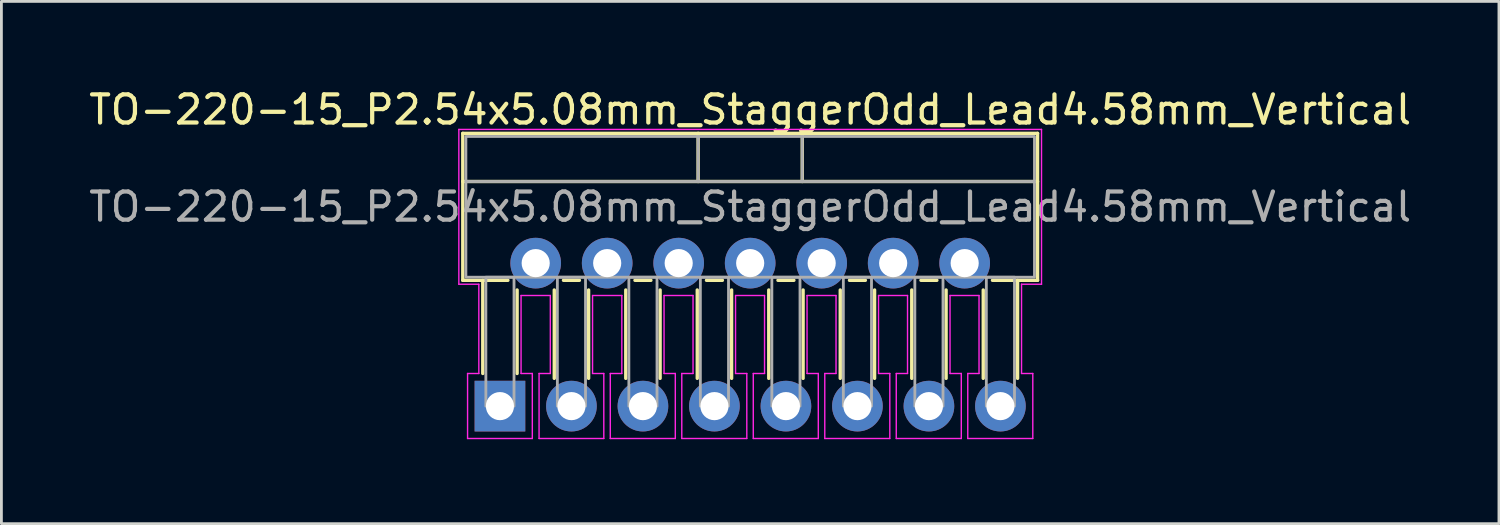
<source format=kicad_pcb>
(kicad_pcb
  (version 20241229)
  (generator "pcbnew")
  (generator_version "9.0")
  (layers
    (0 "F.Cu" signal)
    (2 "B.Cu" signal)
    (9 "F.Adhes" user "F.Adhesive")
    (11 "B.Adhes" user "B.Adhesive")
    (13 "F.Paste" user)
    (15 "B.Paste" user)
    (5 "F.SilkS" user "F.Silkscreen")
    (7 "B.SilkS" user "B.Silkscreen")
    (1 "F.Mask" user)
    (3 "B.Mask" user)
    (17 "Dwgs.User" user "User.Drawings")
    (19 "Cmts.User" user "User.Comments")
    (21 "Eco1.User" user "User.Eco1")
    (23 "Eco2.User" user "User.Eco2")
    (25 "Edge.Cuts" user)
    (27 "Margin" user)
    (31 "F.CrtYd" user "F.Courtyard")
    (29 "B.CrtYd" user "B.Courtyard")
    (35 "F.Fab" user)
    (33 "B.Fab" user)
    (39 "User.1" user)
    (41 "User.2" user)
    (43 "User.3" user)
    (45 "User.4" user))
  (footprint "TO-220-15_P2.54x5.08mm_StaggerOdd_Lead4.58mm_Vertical"
    (layer "F.Cu")
    (at 14.711 11.378)
    (property "Reference" "TO-220-15_P2.54x5.08mm_StaggerOdd_Lead4.58mm_Vertical" (at 8.89 -10.53 0) (layer "F.SilkS") (effects (font (size 1 1) (thickness 0.15))))
    (attr through_hole)
    (fp_line (start -1.32 -9.69) (end -1.32 -4.47) (stroke (width 0.12) (type solid)) (layer "F.SilkS"))
    (fp_line (start -1.32 -9.69) (end 19.1 -9.69) (stroke (width 0.12) (type solid)) (layer "F.SilkS"))
    (fp_line (start -1.32 -7.98) (end 19.1 -7.98) (stroke (width 0.12) (type solid)) (layer "F.SilkS"))
    (fp_line (start -1.32 -4.47) (end 0.283 -4.47) (stroke (width 0.12) (type solid)) (layer "F.SilkS"))
    (fp_line (start -0.61 -4.47) (end -0.61 -1.16) (stroke (width 0.12) (type solid)) (layer "F.SilkS"))
    (fp_line (start 0.61 -4.126) (end 0.61 -1.16) (stroke (width 0.12) (type solid)) (layer "F.SilkS"))
    (fp_line (start 1.93 -4.126) (end 1.93 -0.987) (stroke (width 0.12) (type solid)) (layer "F.SilkS"))
    (fp_line (start 2.257 -4.47) (end 2.823 -4.47) (stroke (width 0.12) (type solid)) (layer "F.SilkS"))
    (fp_line (start 3.15 -4.126) (end 3.15 -0.987) (stroke (width 0.12) (type solid)) (layer "F.SilkS"))
    (fp_line (start 4.47 -4.126) (end 4.47 -0.987) (stroke (width 0.12) (type solid)) (layer "F.SilkS"))
    (fp_line (start 4.797 -4.47) (end 5.363 -4.47) (stroke (width 0.12) (type solid)) (layer "F.SilkS"))
    (fp_line (start 5.69 -4.126) (end 5.69 -0.987) (stroke (width 0.12) (type solid)) (layer "F.SilkS"))
    (fp_line (start 7.01 -4.126) (end 7.01 -0.987) (stroke (width 0.12) (type solid)) (layer "F.SilkS"))
    (fp_line (start 7.04 -9.69) (end 7.04 -7.98) (stroke (width 0.12) (type solid)) (layer "F.SilkS"))
    (fp_line (start 7.337 -4.47) (end 7.903 -4.47) (stroke (width 0.12) (type solid)) (layer "F.SilkS"))
    (fp_line (start 8.23 -4.126) (end 8.23 -0.987) (stroke (width 0.12) (type solid)) (layer "F.SilkS"))
    (fp_line (start 9.55 -4.126) (end 9.55 -0.987) (stroke (width 0.12) (type solid)) (layer "F.SilkS"))
    (fp_line (start 9.877 -4.47) (end 10.443 -4.47) (stroke (width 0.12) (type solid)) (layer "F.SilkS"))
    (fp_line (start 10.74 -9.69) (end 10.74 -7.98) (stroke (width 0.12) (type solid)) (layer "F.SilkS"))
    (fp_line (start 10.77 -4.126) (end 10.77 -0.987) (stroke (width 0.12) (type solid)) (layer "F.SilkS"))
    (fp_line (start 12.09 -4.126) (end 12.09 -0.987) (stroke (width 0.12) (type solid)) (layer "F.SilkS"))
    (fp_line (start 12.417 -4.47) (end 12.983 -4.47) (stroke (width 0.12) (type solid)) (layer "F.SilkS"))
    (fp_line (start 13.31 -4.126) (end 13.31 -0.987) (stroke (width 0.12) (type solid)) (layer "F.SilkS"))
    (fp_line (start 14.63 -4.126) (end 14.63 -0.987) (stroke (width 0.12) (type solid)) (layer "F.SilkS"))
    (fp_line (start 14.957 -4.47) (end 15.523 -4.47) (stroke (width 0.12) (type solid)) (layer "F.SilkS"))
    (fp_line (start 15.85 -4.126) (end 15.85 -0.987) (stroke (width 0.12) (type solid)) (layer "F.SilkS"))
    (fp_line (start 17.17 -4.126) (end 17.17 -0.987) (stroke (width 0.12) (type solid)) (layer "F.SilkS"))
    (fp_line (start 17.497 -4.47) (end 19.1 -4.47) (stroke (width 0.12) (type solid)) (layer "F.SilkS"))
    (fp_line (start 18.39 -4.47) (end 18.39 -0.987) (stroke (width 0.12) (type solid)) (layer "F.SilkS"))
    (fp_line (start 19.1 -9.69) (end 19.1 -4.47) (stroke (width 0.12) (type solid)) (layer "F.SilkS"))
    (fp_line (start -1.46 -9.83) (end 19.24 -9.83) (stroke (width 0.05) (type solid)) (layer "F.CrtYd"))
    (fp_line (start -1.46 -4.33) (end -1.46 -9.83) (stroke (width 0.05) (type solid)) (layer "F.CrtYd"))
    (fp_line (start -1.15 -1.16) (end -0.75 -1.16) (stroke (width 0.05) (type solid)) (layer "F.CrtYd"))
    (fp_line (start -1.15 1.15) (end -1.15 -1.16) (stroke (width 0.05) (type solid)) (layer "F.CrtYd"))
    (fp_line (start -0.75 -4.33) (end -1.46 -4.33) (stroke (width 0.05) (type solid)) (layer "F.CrtYd"))
    (fp_line (start -0.75 -1.16) (end -0.75 -4.33) (stroke (width 0.05) (type solid)) (layer "F.CrtYd"))
    (fp_line (start 0.75 -3.93) (end 0.75 -1.16) (stroke (width 0.05) (type solid)) (layer "F.CrtYd"))
    (fp_line (start 0.75 -1.16) (end 1.15 -1.16) (stroke (width 0.05) (type solid)) (layer "F.CrtYd"))
    (fp_line (start 1.15 -1.16) (end 1.15 1.15) (stroke (width 0.05) (type solid)) (layer "F.CrtYd"))
    (fp_line (start 1.15 1.15) (end -1.15 1.15) (stroke (width 0.05) (type solid)) (layer "F.CrtYd"))
    (fp_line (start 1.39 -1.16) (end 1.79 -1.16) (stroke (width 0.05) (type solid)) (layer "F.CrtYd"))
    (fp_line (start 1.39 1.15) (end 1.39 -1.16) (stroke (width 0.05) (type solid)) (layer "F.CrtYd"))
    (fp_line (start 1.79 -3.93) (end 0.75 -3.93) (stroke (width 0.05) (type solid)) (layer "F.CrtYd"))
    (fp_line (start 1.79 -1.16) (end 1.79 -3.93) (stroke (width 0.05) (type solid)) (layer "F.CrtYd"))
    (fp_line (start 3.29 -3.93) (end 3.29 -1.16) (stroke (width 0.05) (type solid)) (layer "F.CrtYd"))
    (fp_line (start 3.29 -1.16) (end 3.69 -1.16) (stroke (width 0.05) (type solid)) (layer "F.CrtYd"))
    (fp_line (start 3.69 -1.16) (end 3.69 1.15) (stroke (width 0.05) (type solid)) (layer "F.CrtYd"))
    (fp_line (start 3.69 1.15) (end 1.39 1.15) (stroke (width 0.05) (type solid)) (layer "F.CrtYd"))
    (fp_line (start 3.92 -1.16) (end 4.33 -1.16) (stroke (width 0.05) (type solid)) (layer "F.CrtYd"))
    (fp_line (start 3.92 1.15) (end 3.92 -1.16) (stroke (width 0.05) (type solid)) (layer "F.CrtYd"))
    (fp_line (start 4.33 -3.93) (end 3.29 -3.93) (stroke (width 0.05) (type solid)) (layer "F.CrtYd"))
    (fp_line (start 4.33 -1.16) (end 4.33 -3.93) (stroke (width 0.05) (type solid)) (layer "F.CrtYd"))
    (fp_line (start 5.83 -3.93) (end 5.83 -1.16) (stroke (width 0.05) (type solid)) (layer "F.CrtYd"))
    (fp_line (start 5.83 -1.16) (end 6.23 -1.16) (stroke (width 0.05) (type solid)) (layer "F.CrtYd"))
    (fp_line (start 6.23 -1.16) (end 6.23 1.15) (stroke (width 0.05) (type solid)) (layer "F.CrtYd"))
    (fp_line (start 6.23 1.15) (end 3.92 1.15) (stroke (width 0.05) (type solid)) (layer "F.CrtYd"))
    (fp_line (start 6.46 -1.16) (end 6.86 -1.16) (stroke (width 0.05) (type solid)) (layer "F.CrtYd"))
    (fp_line (start 6.46 1.15) (end 6.46 -1.16) (stroke (width 0.05) (type solid)) (layer "F.CrtYd"))
    (fp_line (start 6.86 -3.93) (end 5.83 -3.93) (stroke (width 0.05) (type solid)) (layer "F.CrtYd"))
    (fp_line (start 6.86 -1.16) (end 6.86 -3.93) (stroke (width 0.05) (type solid)) (layer "F.CrtYd"))
    (fp_line (start 8.37 -3.93) (end 8.37 -1.16) (stroke (width 0.05) (type solid)) (layer "F.CrtYd"))
    (fp_line (start 8.37 -1.16) (end 8.77 -1.16) (stroke (width 0.05) (type solid)) (layer "F.CrtYd"))
    (fp_line (start 8.77 -1.16) (end 8.77 1.15) (stroke (width 0.05) (type solid)) (layer "F.CrtYd"))
    (fp_line (start 8.77 1.15) (end 6.46 1.15) (stroke (width 0.05) (type solid)) (layer "F.CrtYd"))
    (fp_line (start 9 -1.16) (end 9.4 -1.16) (stroke (width 0.05) (type solid)) (layer "F.CrtYd"))
    (fp_line (start 9 1.15) (end 9 -1.16) (stroke (width 0.05) (type solid)) (layer "F.CrtYd"))
    (fp_line (start 9.4 -3.93) (end 8.37 -3.93) (stroke (width 0.05) (type solid)) (layer "F.CrtYd"))
    (fp_line (start 9.4 -1.16) (end 9.4 -3.93) (stroke (width 0.05) (type solid)) (layer "F.CrtYd"))
    (fp_line (start 10.91 -3.93) (end 10.91 -1.16) (stroke (width 0.05) (type solid)) (layer "F.CrtYd"))
    (fp_line (start 10.91 -1.16) (end 11.31 -1.16) (stroke (width 0.05) (type solid)) (layer "F.CrtYd"))
    (fp_line (start 11.31 -1.16) (end 11.31 1.15) (stroke (width 0.05) (type solid)) (layer "F.CrtYd"))
    (fp_line (start 11.31 1.15) (end 9 1.15) (stroke (width 0.05) (type solid)) (layer "F.CrtYd"))
    (fp_line (start 11.54 -1.16) (end 11.94 -1.16) (stroke (width 0.05) (type solid)) (layer "F.CrtYd"))
    (fp_line (start 11.54 1.15) (end 11.54 -1.16) (stroke (width 0.05) (type solid)) (layer "F.CrtYd"))
    (fp_line (start 11.94 -3.93) (end 10.91 -3.93) (stroke (width 0.05) (type solid)) (layer "F.CrtYd"))
    (fp_line (start 11.94 -1.16) (end 11.94 -3.93) (stroke (width 0.05) (type solid)) (layer "F.CrtYd"))
    (fp_line (start 13.45 -3.93) (end 13.45 -1.16) (stroke (width 0.05) (type solid)) (layer "F.CrtYd"))
    (fp_line (start 13.45 -1.16) (end 13.85 -1.16) (stroke (width 0.05) (type solid)) (layer "F.CrtYd"))
    (fp_line (start 13.85 -1.16) (end 13.85 1.15) (stroke (width 0.05) (type solid)) (layer "F.CrtYd"))
    (fp_line (start 13.85 1.15) (end 11.54 1.15) (stroke (width 0.05) (type solid)) (layer "F.CrtYd"))
    (fp_line (start 14.08 -1.16) (end 14.48 -1.16) (stroke (width 0.05) (type solid)) (layer "F.CrtYd"))
    (fp_line (start 14.08 1.15) (end 14.08 -1.16) (stroke (width 0.05) (type solid)) (layer "F.CrtYd"))
    (fp_line (start 14.48 -3.93) (end 13.45 -3.93) (stroke (width 0.05) (type solid)) (layer "F.CrtYd"))
    (fp_line (start 14.48 -1.16) (end 14.48 -3.93) (stroke (width 0.05) (type solid)) (layer "F.CrtYd"))
    (fp_line (start 15.99 -3.93) (end 15.99 -1.16) (stroke (width 0.05) (type solid)) (layer "F.CrtYd"))
    (fp_line (start 15.99 -1.16) (end 16.39 -1.16) (stroke (width 0.05) (type solid)) (layer "F.CrtYd"))
    (fp_line (start 16.39 -1.16) (end 16.39 1.15) (stroke (width 0.05) (type solid)) (layer "F.CrtYd"))
    (fp_line (start 16.39 1.15) (end 14.08 1.15) (stroke (width 0.05) (type solid)) (layer "F.CrtYd"))
    (fp_line (start 16.62 -1.16) (end 17.02 -1.16) (stroke (width 0.05) (type solid)) (layer "F.CrtYd"))
    (fp_line (start 16.62 1.15) (end 16.62 -1.16) (stroke (width 0.05) (type solid)) (layer "F.CrtYd"))
    (fp_line (start 17.02 -3.93) (end 15.99 -3.93) (stroke (width 0.05) (type solid)) (layer "F.CrtYd"))
    (fp_line (start 17.02 -1.16) (end 17.02 -3.93) (stroke (width 0.05) (type solid)) (layer "F.CrtYd"))
    (fp_line (start 18.53 -4.33) (end 18.53 -1.16) (stroke (width 0.05) (type solid)) (layer "F.CrtYd"))
    (fp_line (start 18.53 -1.16) (end 18.93 -1.16) (stroke (width 0.05) (type solid)) (layer "F.CrtYd"))
    (fp_line (start 18.93 -1.16) (end 18.93 1.15) (stroke (width 0.05) (type solid)) (layer "F.CrtYd"))
    (fp_line (start 18.93 1.15) (end 16.62 1.15) (stroke (width 0.05) (type solid)) (layer "F.CrtYd"))
    (fp_line (start 19.24 -9.83) (end 19.24 -4.33) (stroke (width 0.05) (type solid)) (layer "F.CrtYd"))
    (fp_line (start 19.24 -4.33) (end 18.53 -4.33) (stroke (width 0.05) (type solid)) (layer "F.CrtYd"))
    (fp_line (start -1.21 -7.98) (end 18.99 -7.98) (stroke (width 0.1) (type solid)) (layer "F.Fab"))
    (fp_line (start 7.04 -9.58) (end 7.04 -7.98) (stroke (width 0.1) (type solid)) (layer "F.Fab"))
    (fp_line (start 10.74 -9.58) (end 10.74 -7.98) (stroke (width 0.1) (type solid)) (layer "F.Fab"))
    (fp_rect (start -1.21 -9.58) (end 18.99 -4.58) (stroke (width 0.1) (type solid)) (fill no) (layer "F.Fab"))
    (fp_rect (start -0.5 -4.58) (end 0.5 0) (stroke (width 0.1) (type solid)) (fill no) (layer "F.Fab"))
    (fp_rect (start 2.04 -4.58) (end 3.04 0) (stroke (width 0.1) (type solid)) (fill no) (layer "F.Fab"))
    (fp_rect (start 4.58 -4.58) (end 5.58 0) (stroke (width 0.1) (type solid)) (fill no) (layer "F.Fab"))
    (fp_rect (start 7.12 -4.58) (end 8.12 0) (stroke (width 0.1) (type solid)) (fill no) (layer "F.Fab"))
    (fp_rect (start 9.66 -4.58) (end 10.66 0) (stroke (width 0.1) (type solid)) (fill no) (layer "F.Fab"))
    (fp_rect (start 12.2 -4.58) (end 13.2 0) (stroke (width 0.1) (type solid)) (fill no) (layer "F.Fab"))
    (fp_rect (start 14.74 -4.58) (end 15.74 0) (stroke (width 0.1) (type solid)) (fill no) (layer "F.Fab"))
    (fp_rect (start 17.28 -4.58) (end 18.28 0) (stroke (width 0.1) (type solid)) (fill no) (layer "F.Fab"))
    (fp_text user "${REFERENCE}" (at 8.89 -7.08 0) (layer "F.Fab") (effects (font (size 1 1) (thickness 0.15))))
    (pad "1" thru_hole rect (at 0 0) (size 1.8 1.8) (drill 1) (layers "*.Cu" "*.Mask"))
    (pad "2" thru_hole circle (at 1.27 -5.08) (size 1.8 1.8) (drill 1) (layers "*.Cu" "*.Mask"))
    (pad "3" thru_hole circle (at 2.54 0) (size 1.8 1.8) (drill 1) (layers "*.Cu" "*.Mask"))
    (pad "4" thru_hole circle (at 3.81 -5.08) (size 1.8 1.8) (drill 1) (layers "*.Cu" "*.Mask"))
    (pad "5" thru_hole circle (at 5.08 0) (size 1.8 1.8) (drill 1) (layers "*.Cu" "*.Mask"))
    (pad "6" thru_hole circle (at 6.35 -5.08) (size 1.8 1.8) (drill 1) (layers "*.Cu" "*.Mask"))
    (pad "7" thru_hole circle (at 7.62 0) (size 1.8 1.8) (drill 1) (layers "*.Cu" "*.Mask"))
    (pad "8" thru_hole circle (at 8.89 -5.08) (size 1.8 1.8) (drill 1) (layers "*.Cu" "*.Mask"))
    (pad "9" thru_hole circle (at 10.16 0) (size 1.8 1.8) (drill 1) (layers "*.Cu" "*.Mask"))
    (pad "10" thru_hole circle (at 11.43 -5.08) (size 1.8 1.8) (drill 1) (layers "*.Cu" "*.Mask"))
    (pad "11" thru_hole circle (at 12.7 0) (size 1.8 1.8) (drill 1) (layers "*.Cu" "*.Mask"))
    (pad "12" thru_hole circle (at 13.97 -5.08) (size 1.8 1.8) (drill 1) (layers "*.Cu" "*.Mask"))
    (pad "13" thru_hole circle (at 15.24 0) (size 1.8 1.8) (drill 1) (layers "*.Cu" "*.Mask"))
    (pad "14" thru_hole circle (at 16.51 -5.08) (size 1.8 1.8) (drill 1) (layers "*.Cu" "*.Mask"))
    (pad "15" thru_hole circle (at 17.78 0) (size 1.8 1.8) (drill 1) (layers "*.Cu" "*.Mask")))
  (gr_rect
    (start -3 -3)
    (end 50.202 15.553)
    (stroke (width 0.1) (type default))
    (fill no)
    (layer "Edge.Cuts")))
</source>
